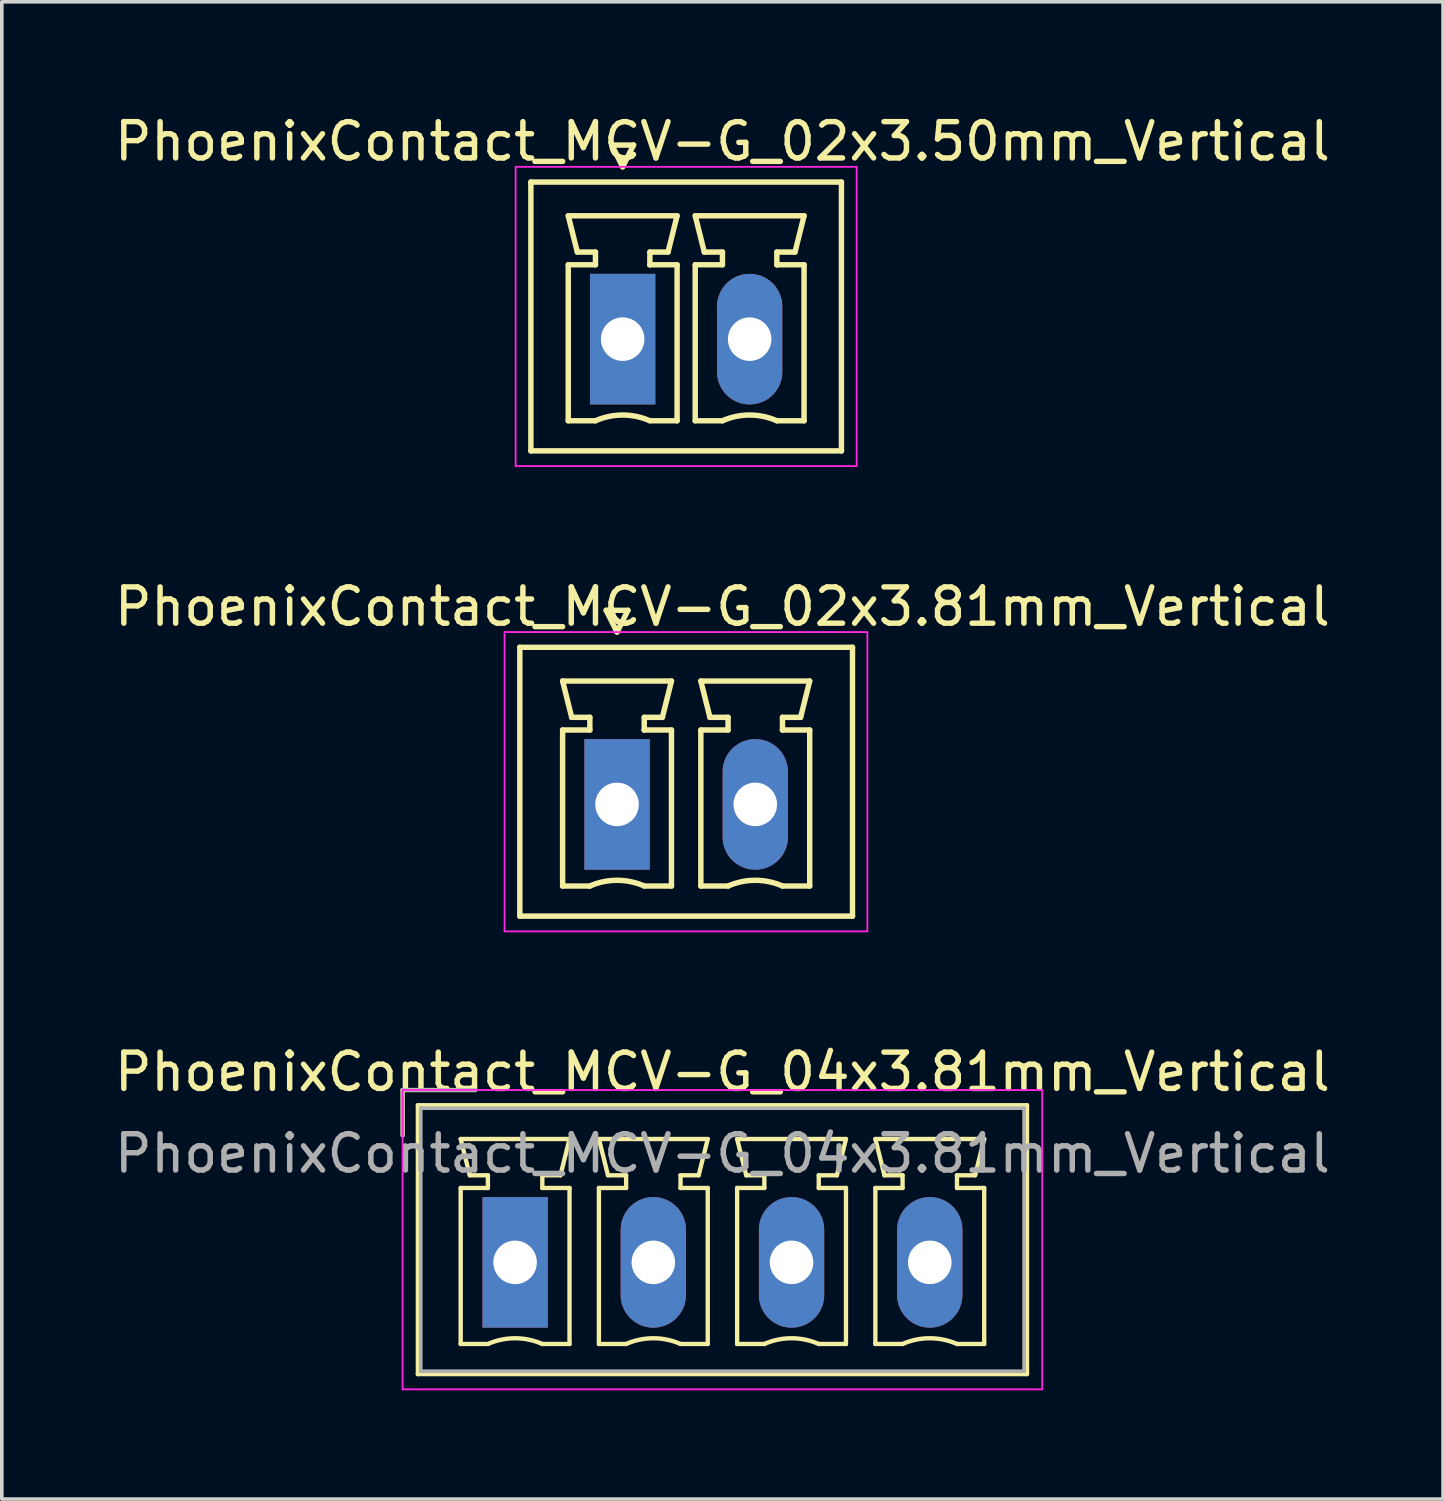
<source format=kicad_pcb>
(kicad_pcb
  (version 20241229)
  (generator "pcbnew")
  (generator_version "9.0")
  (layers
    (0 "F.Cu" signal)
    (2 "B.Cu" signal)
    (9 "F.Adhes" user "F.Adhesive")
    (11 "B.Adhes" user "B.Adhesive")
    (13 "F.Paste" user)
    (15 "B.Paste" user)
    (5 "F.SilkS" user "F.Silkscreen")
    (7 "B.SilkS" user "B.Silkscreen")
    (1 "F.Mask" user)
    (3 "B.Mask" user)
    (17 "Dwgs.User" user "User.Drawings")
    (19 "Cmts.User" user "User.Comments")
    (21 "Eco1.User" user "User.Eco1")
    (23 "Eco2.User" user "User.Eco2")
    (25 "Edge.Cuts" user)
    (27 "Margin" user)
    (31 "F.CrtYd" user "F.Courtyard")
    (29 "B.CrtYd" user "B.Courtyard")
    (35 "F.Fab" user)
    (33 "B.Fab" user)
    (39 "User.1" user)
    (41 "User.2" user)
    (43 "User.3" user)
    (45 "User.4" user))
  (footprint "PhoenixContact_MCV-G_02x3.81mm_Vertical"
    (layer "F.Cu")
    (at 13.958 19.122)
    (property "Reference" "PhoenixContact_MCV-G_02x3.81mm_Vertical" (at 2.905 -5.45 0) (layer "F.SilkS") (effects (font (size 1 1) (thickness 0.15))))
    (attr through_hole)
    (fp_line (start -2.68 -4.33) (end -2.68 3.08) (stroke (width 0.15) (type solid)) (layer "F.SilkS"))
    (fp_line (start -2.68 3.08) (end 6.49 3.08) (stroke (width 0.15) (type solid)) (layer "F.SilkS"))
    (fp_line (start -1.5 -3.4) (end 1.5 -3.4) (stroke (width 0.15) (type solid)) (layer "F.SilkS"))
    (fp_line (start -1.5 -2.05) (end -0.75 -2.05) (stroke (width 0.15) (type solid)) (layer "F.SilkS"))
    (fp_line (start -1.5 2.25) (end -1.5 -2.05) (stroke (width 0.15) (type solid)) (layer "F.SilkS"))
    (fp_line (start -1.25 -2.4) (end -1.5 -3.4) (stroke (width 0.15) (type solid)) (layer "F.SilkS"))
    (fp_line (start -0.75 -2.4) (end -1.25 -2.4) (stroke (width 0.15) (type solid)) (layer "F.SilkS"))
    (fp_line (start -0.75 -2.05) (end -0.75 -2.4) (stroke (width 0.15) (type solid)) (layer "F.SilkS"))
    (fp_line (start -0.75 2.25) (end -1.5 2.25) (stroke (width 0.15) (type solid)) (layer "F.SilkS"))
    (fp_line (start -0.3 -5.35) (end 0 -4.75) (stroke (width 0.15) (type solid)) (layer "F.SilkS"))
    (fp_line (start 0 -4.75) (end 0.3 -5.35) (stroke (width 0.15) (type solid)) (layer "F.SilkS"))
    (fp_line (start 0.3 -5.35) (end -0.3 -5.35) (stroke (width 0.15) (type solid)) (layer "F.SilkS"))
    (fp_line (start 0.75 -2.4) (end 0.75 -2.05) (stroke (width 0.15) (type solid)) (layer "F.SilkS"))
    (fp_line (start 0.75 -2.05) (end 0.75 -2.05) (stroke (width 0.15) (type solid)) (layer "F.SilkS"))
    (fp_line (start 0.75 -2.05) (end 1.5 -2.05) (stroke (width 0.15) (type solid)) (layer "F.SilkS"))
    (fp_line (start 1.25 -2.4) (end 0.75 -2.4) (stroke (width 0.15) (type solid)) (layer "F.SilkS"))
    (fp_line (start 1.5 -3.4) (end 1.25 -2.4) (stroke (width 0.15) (type solid)) (layer "F.SilkS"))
    (fp_line (start 1.5 -2.05) (end 1.5 2.25) (stroke (width 0.15) (type solid)) (layer "F.SilkS"))
    (fp_line (start 1.5 2.25) (end 0.75 2.25) (stroke (width 0.15) (type solid)) (layer "F.SilkS"))
    (fp_line (start 2.31 -3.4) (end 5.31 -3.4) (stroke (width 0.15) (type solid)) (layer "F.SilkS"))
    (fp_line (start 2.31 -2.05) (end 3.06 -2.05) (stroke (width 0.15) (type solid)) (layer "F.SilkS"))
    (fp_line (start 2.31 2.25) (end 2.31 -2.05) (stroke (width 0.15) (type solid)) (layer "F.SilkS"))
    (fp_line (start 2.56 -2.4) (end 2.31 -3.4) (stroke (width 0.15) (type solid)) (layer "F.SilkS"))
    (fp_line (start 3.06 -2.4) (end 2.56 -2.4) (stroke (width 0.15) (type solid)) (layer "F.SilkS"))
    (fp_line (start 3.06 -2.05) (end 3.06 -2.4) (stroke (width 0.15) (type solid)) (layer "F.SilkS"))
    (fp_line (start 3.06 2.25) (end 2.31 2.25) (stroke (width 0.15) (type solid)) (layer "F.SilkS"))
    (fp_line (start 4.56 -2.4) (end 4.56 -2.05) (stroke (width 0.15) (type solid)) (layer "F.SilkS"))
    (fp_line (start 4.56 -2.05) (end 4.56 -2.05) (stroke (width 0.15) (type solid)) (layer "F.SilkS"))
    (fp_line (start 4.56 -2.05) (end 5.31 -2.05) (stroke (width 0.15) (type solid)) (layer "F.SilkS"))
    (fp_line (start 5.06 -2.4) (end 4.56 -2.4) (stroke (width 0.15) (type solid)) (layer "F.SilkS"))
    (fp_line (start 5.31 -3.4) (end 5.06 -2.4) (stroke (width 0.15) (type solid)) (layer "F.SilkS"))
    (fp_line (start 5.31 -2.05) (end 5.31 2.25) (stroke (width 0.15) (type solid)) (layer "F.SilkS"))
    (fp_line (start 5.31 2.25) (end 4.56 2.25) (stroke (width 0.15) (type solid)) (layer "F.SilkS"))
    (fp_line (start 6.49 -4.33) (end -2.68 -4.33) (stroke (width 0.15) (type solid)) (layer "F.SilkS"))
    (fp_line (start 6.49 3.08) (end 6.49 -4.33) (stroke (width 0.15) (type solid)) (layer "F.SilkS"))
    (fp_arc (start -0.75 2.25) (mid -0.000193 2.09191) (end 0.749647 2.249844) (stroke (width 0.15) (type solid)) (layer "F.SilkS"))
    (fp_arc (start 3.06 2.25) (mid 3.809807 2.09191) (end 4.559647 2.249844) (stroke (width 0.15) (type solid)) (layer "F.SilkS"))
    (fp_line (start -3.1 -4.75) (end -3.1 3.5) (stroke (width 0.05) (type solid)) (layer "F.CrtYd"))
    (fp_line (start -3.1 3.5) (end 6.9 3.5) (stroke (width 0.05) (type solid)) (layer "F.CrtYd"))
    (fp_line (start 6.9 -4.75) (end -3.1 -4.75) (stroke (width 0.05) (type solid)) (layer "F.CrtYd"))
    (fp_line (start 6.9 3.5) (end 6.9 -4.75) (stroke (width 0.05) (type solid)) (layer "F.CrtYd"))
    (pad "1" thru_hole rect (at 0 0) (size 1.8 3.6) (drill 1.2) (layers "*.Cu" "*.Mask"))
    (pad "2" thru_hole oval (at 3.81 0) (size 1.8 3.6) (drill 1.2) (layers "*.Cu" "*.Mask")))
  (footprint "PhoenixContact_MCV-G_04x3.81mm_Vertical"
    (layer "F.Cu")
    (at 11.148 31.745)
    (property "Reference" "PhoenixContact_MCV-G_04x3.81mm_Vertical" (at 5.715 -5.25 0) (layer "F.SilkS") (effects (font (size 1 1) (thickness 0.15))))
    (attr through_hole)
    (fp_line (start -3.1 -4.75) (end -1.1 -4.75) (stroke (width 0.12) (type solid)) (layer "F.SilkS"))
    (fp_line (start -3.1 -3.5) (end -3.1 -4.75) (stroke (width 0.12) (type solid)) (layer "F.SilkS"))
    (fp_line (start -2.68 -4.33) (end -2.68 3.08) (stroke (width 0.12) (type solid)) (layer "F.SilkS"))
    (fp_line (start -2.68 3.08) (end 14.11 3.08) (stroke (width 0.12) (type solid)) (layer "F.SilkS"))
    (fp_line (start -1.5 -3.4) (end 1.5 -3.4) (stroke (width 0.12) (type solid)) (layer "F.SilkS"))
    (fp_line (start -1.5 -2.05) (end -0.75 -2.05) (stroke (width 0.12) (type solid)) (layer "F.SilkS"))
    (fp_line (start -1.5 2.25) (end -1.5 -2.05) (stroke (width 0.12) (type solid)) (layer "F.SilkS"))
    (fp_line (start -1.25 -2.4) (end -1.5 -3.4) (stroke (width 0.12) (type solid)) (layer "F.SilkS"))
    (fp_line (start -0.75 -2.4) (end -1.25 -2.4) (stroke (width 0.12) (type solid)) (layer "F.SilkS"))
    (fp_line (start -0.75 -2.05) (end -0.75 -2.4) (stroke (width 0.12) (type solid)) (layer "F.SilkS"))
    (fp_line (start -0.75 2.25) (end -1.5 2.25) (stroke (width 0.12) (type solid)) (layer "F.SilkS"))
    (fp_line (start 0.75 -2.4) (end 0.75 -2.05) (stroke (width 0.12) (type solid)) (layer "F.SilkS"))
    (fp_line (start 0.75 -2.05) (end 1.5 -2.05) (stroke (width 0.12) (type solid)) (layer "F.SilkS"))
    (fp_line (start 1.25 -2.4) (end 0.75 -2.4) (stroke (width 0.12) (type solid)) (layer "F.SilkS"))
    (fp_line (start 1.5 -3.4) (end 1.25 -2.4) (stroke (width 0.12) (type solid)) (layer "F.SilkS"))
    (fp_line (start 1.5 -2.05) (end 1.5 2.25) (stroke (width 0.12) (type solid)) (layer "F.SilkS"))
    (fp_line (start 1.5 2.25) (end 0.75 2.25) (stroke (width 0.12) (type solid)) (layer "F.SilkS"))
    (fp_line (start 2.31 -3.4) (end 5.31 -3.4) (stroke (width 0.12) (type solid)) (layer "F.SilkS"))
    (fp_line (start 2.31 -2.05) (end 3.06 -2.05) (stroke (width 0.12) (type solid)) (layer "F.SilkS"))
    (fp_line (start 2.31 2.25) (end 2.31 -2.05) (stroke (width 0.12) (type solid)) (layer "F.SilkS"))
    (fp_line (start 2.56 -2.4) (end 2.31 -3.4) (stroke (width 0.12) (type solid)) (layer "F.SilkS"))
    (fp_line (start 3.06 -2.4) (end 2.56 -2.4) (stroke (width 0.12) (type solid)) (layer "F.SilkS"))
    (fp_line (start 3.06 -2.05) (end 3.06 -2.4) (stroke (width 0.12) (type solid)) (layer "F.SilkS"))
    (fp_line (start 3.06 2.25) (end 2.31 2.25) (stroke (width 0.12) (type solid)) (layer "F.SilkS"))
    (fp_line (start 4.56 -2.4) (end 4.56 -2.05) (stroke (width 0.12) (type solid)) (layer "F.SilkS"))
    (fp_line (start 4.56 -2.05) (end 5.31 -2.05) (stroke (width 0.12) (type solid)) (layer "F.SilkS"))
    (fp_line (start 5.06 -2.4) (end 4.56 -2.4) (stroke (width 0.12) (type solid)) (layer "F.SilkS"))
    (fp_line (start 5.31 -3.4) (end 5.06 -2.4) (stroke (width 0.12) (type solid)) (layer "F.SilkS"))
    (fp_line (start 5.31 -2.05) (end 5.31 2.25) (stroke (width 0.12) (type solid)) (layer "F.SilkS"))
    (fp_line (start 5.31 2.25) (end 4.56 2.25) (stroke (width 0.12) (type solid)) (layer "F.SilkS"))
    (fp_line (start 6.12 -3.4) (end 9.12 -3.4) (stroke (width 0.12) (type solid)) (layer "F.SilkS"))
    (fp_line (start 6.12 -2.05) (end 6.87 -2.05) (stroke (width 0.12) (type solid)) (layer "F.SilkS"))
    (fp_line (start 6.12 2.25) (end 6.12 -2.05) (stroke (width 0.12) (type solid)) (layer "F.SilkS"))
    (fp_line (start 6.37 -2.4) (end 6.12 -3.4) (stroke (width 0.12) (type solid)) (layer "F.SilkS"))
    (fp_line (start 6.87 -2.4) (end 6.37 -2.4) (stroke (width 0.12) (type solid)) (layer "F.SilkS"))
    (fp_line (start 6.87 -2.05) (end 6.87 -2.4) (stroke (width 0.12) (type solid)) (layer "F.SilkS"))
    (fp_line (start 6.87 2.25) (end 6.12 2.25) (stroke (width 0.12) (type solid)) (layer "F.SilkS"))
    (fp_line (start 8.37 -2.4) (end 8.37 -2.05) (stroke (width 0.12) (type solid)) (layer "F.SilkS"))
    (fp_line (start 8.37 -2.05) (end 9.12 -2.05) (stroke (width 0.12) (type solid)) (layer "F.SilkS"))
    (fp_line (start 8.87 -2.4) (end 8.37 -2.4) (stroke (width 0.12) (type solid)) (layer "F.SilkS"))
    (fp_line (start 9.12 -3.4) (end 8.87 -2.4) (stroke (width 0.12) (type solid)) (layer "F.SilkS"))
    (fp_line (start 9.12 -2.05) (end 9.12 2.25) (stroke (width 0.12) (type solid)) (layer "F.SilkS"))
    (fp_line (start 9.12 2.25) (end 8.37 2.25) (stroke (width 0.12) (type solid)) (layer "F.SilkS"))
    (fp_line (start 9.93 -3.4) (end 12.93 -3.4) (stroke (width 0.12) (type solid)) (layer "F.SilkS"))
    (fp_line (start 9.93 -2.05) (end 10.68 -2.05) (stroke (width 0.12) (type solid)) (layer "F.SilkS"))
    (fp_line (start 9.93 2.25) (end 9.93 -2.05) (stroke (width 0.12) (type solid)) (layer "F.SilkS"))
    (fp_line (start 10.18 -2.4) (end 9.93 -3.4) (stroke (width 0.12) (type solid)) (layer "F.SilkS"))
    (fp_line (start 10.68 -2.4) (end 10.18 -2.4) (stroke (width 0.12) (type solid)) (layer "F.SilkS"))
    (fp_line (start 10.68 -2.05) (end 10.68 -2.4) (stroke (width 0.12) (type solid)) (layer "F.SilkS"))
    (fp_line (start 10.68 2.25) (end 9.93 2.25) (stroke (width 0.12) (type solid)) (layer "F.SilkS"))
    (fp_line (start 12.18 -2.4) (end 12.18 -2.05) (stroke (width 0.12) (type solid)) (layer "F.SilkS"))
    (fp_line (start 12.18 -2.05) (end 12.93 -2.05) (stroke (width 0.12) (type solid)) (layer "F.SilkS"))
    (fp_line (start 12.68 -2.4) (end 12.18 -2.4) (stroke (width 0.12) (type solid)) (layer "F.SilkS"))
    (fp_line (start 12.93 -3.4) (end 12.68 -2.4) (stroke (width 0.12) (type solid)) (layer "F.SilkS"))
    (fp_line (start 12.93 -2.05) (end 12.93 2.25) (stroke (width 0.12) (type solid)) (layer "F.SilkS"))
    (fp_line (start 12.93 2.25) (end 12.18 2.25) (stroke (width 0.12) (type solid)) (layer "F.SilkS"))
    (fp_line (start 14.11 -4.33) (end -2.68 -4.33) (stroke (width 0.12) (type solid)) (layer "F.SilkS"))
    (fp_line (start 14.11 3.08) (end 14.11 -4.33) (stroke (width 0.12) (type solid)) (layer "F.SilkS"))
    (fp_arc (start -0.75 2.25) (mid -0.000193 2.09191) (end 0.749647 2.249844) (stroke (width 0.12) (type solid)) (layer "F.SilkS"))
    (fp_arc (start 3.06 2.25) (mid 3.809807 2.09191) (end 4.559647 2.249844) (stroke (width 0.12) (type solid)) (layer "F.SilkS"))
    (fp_arc (start 6.87 2.25) (mid 7.619807 2.09191) (end 8.369647 2.249844) (stroke (width 0.12) (type solid)) (layer "F.SilkS"))
    (fp_arc (start 10.68 2.25) (mid 11.429807 2.09191) (end 12.179647 2.249844) (stroke (width 0.12) (type solid)) (layer "F.SilkS"))
    (fp_line (start -3.1 -4.75) (end -3.1 3.5) (stroke (width 0.05) (type solid)) (layer "F.CrtYd"))
    (fp_line (start -3.1 3.5) (end 14.53 3.5) (stroke (width 0.05) (type solid)) (layer "F.CrtYd"))
    (fp_line (start 14.53 -4.75) (end -3.1 -4.75) (stroke (width 0.05) (type solid)) (layer "F.CrtYd"))
    (fp_line (start 14.53 3.5) (end 14.53 -4.75) (stroke (width 0.05) (type solid)) (layer "F.CrtYd"))
    (fp_line (start -3.1 -4.75) (end -1.1 -4.75) (stroke (width 0.1) (type solid)) (layer "F.Fab"))
    (fp_line (start -3.1 -3.5) (end -3.1 -4.75) (stroke (width 0.1) (type solid)) (layer "F.Fab"))
    (fp_line (start -2.6 -4.25) (end -2.6 3) (stroke (width 0.1) (type solid)) (layer "F.Fab"))
    (fp_line (start -2.6 3) (end 14.03 3) (stroke (width 0.1) (type solid)) (layer "F.Fab"))
    (fp_line (start 14.03 -4.25) (end -2.6 -4.25) (stroke (width 0.1) (type solid)) (layer "F.Fab"))
    (fp_line (start 14.03 3) (end 14.03 -4.25) (stroke (width 0.1) (type solid)) (layer "F.Fab"))
    (fp_text user "${REFERENCE}" (at 5.715 -3 0) (layer "F.Fab") (effects (font (size 1 1) (thickness 0.15))))
    (pad "1" thru_hole rect (at 0 0) (size 1.8 3.6) (drill 1.2) (layers "*.Cu" "*.Mask"))
    (pad "2" thru_hole oval (at 3.81 0) (size 1.8 3.6) (drill 1.2) (layers "*.Cu" "*.Mask"))
    (pad "3" thru_hole oval (at 7.62 0) (size 1.8 3.6) (drill 1.2) (layers "*.Cu" "*.Mask"))
    (pad "4" thru_hole oval (at 11.43 0) (size 1.8 3.6) (drill 1.2) (layers "*.Cu" "*.Mask")))
  (footprint "PhoenixContact_MCV-G_02x3.50mm_Vertical"
    (layer "F.Cu")
    (at 14.113 6.298)
    (property "Reference" "PhoenixContact_MCV-G_02x3.50mm_Vertical" (at 2.75 -5.45 0) (layer "F.SilkS") (effects (font (size 1 1) (thickness 0.15))))
    (attr through_hole)
    (fp_line (start -2.53 -4.33) (end -2.53 3.08) (stroke (width 0.15) (type solid)) (layer "F.SilkS"))
    (fp_line (start -2.53 3.08) (end 6.03 3.08) (stroke (width 0.15) (type solid)) (layer "F.SilkS"))
    (fp_line (start -1.5 -3.4) (end 1.5 -3.4) (stroke (width 0.15) (type solid)) (layer "F.SilkS"))
    (fp_line (start -1.5 -2.05) (end -0.75 -2.05) (stroke (width 0.15) (type solid)) (layer "F.SilkS"))
    (fp_line (start -1.5 2.25) (end -1.5 -2.05) (stroke (width 0.15) (type solid)) (layer "F.SilkS"))
    (fp_line (start -1.25 -2.4) (end -1.5 -3.4) (stroke (width 0.15) (type solid)) (layer "F.SilkS"))
    (fp_line (start -0.75 -2.4) (end -1.25 -2.4) (stroke (width 0.15) (type solid)) (layer "F.SilkS"))
    (fp_line (start -0.75 -2.05) (end -0.75 -2.4) (stroke (width 0.15) (type solid)) (layer "F.SilkS"))
    (fp_line (start -0.75 2.25) (end -1.5 2.25) (stroke (width 0.15) (type solid)) (layer "F.SilkS"))
    (fp_line (start -0.3 -5.35) (end 0 -4.75) (stroke (width 0.15) (type solid)) (layer "F.SilkS"))
    (fp_line (start 0 -4.75) (end 0.3 -5.35) (stroke (width 0.15) (type solid)) (layer "F.SilkS"))
    (fp_line (start 0.3 -5.35) (end -0.3 -5.35) (stroke (width 0.15) (type solid)) (layer "F.SilkS"))
    (fp_line (start 0.75 -2.4) (end 0.75 -2.05) (stroke (width 0.15) (type solid)) (layer "F.SilkS"))
    (fp_line (start 0.75 -2.05) (end 0.75 -2.05) (stroke (width 0.15) (type solid)) (layer "F.SilkS"))
    (fp_line (start 0.75 -2.05) (end 1.5 -2.05) (stroke (width 0.15) (type solid)) (layer "F.SilkS"))
    (fp_line (start 1.25 -2.4) (end 0.75 -2.4) (stroke (width 0.15) (type solid)) (layer "F.SilkS"))
    (fp_line (start 1.5 -3.4) (end 1.25 -2.4) (stroke (width 0.15) (type solid)) (layer "F.SilkS"))
    (fp_line (start 1.5 -2.05) (end 1.5 2.25) (stroke (width 0.15) (type solid)) (layer "F.SilkS"))
    (fp_line (start 1.5 2.25) (end 0.75 2.25) (stroke (width 0.15) (type solid)) (layer "F.SilkS"))
    (fp_line (start 2 -3.4) (end 5 -3.4) (stroke (width 0.15) (type solid)) (layer "F.SilkS"))
    (fp_line (start 2 -2.05) (end 2.75 -2.05) (stroke (width 0.15) (type solid)) (layer "F.SilkS"))
    (fp_line (start 2 2.25) (end 2 -2.05) (stroke (width 0.15) (type solid)) (layer "F.SilkS"))
    (fp_line (start 2.25 -2.4) (end 2 -3.4) (stroke (width 0.15) (type solid)) (layer "F.SilkS"))
    (fp_line (start 2.75 -2.4) (end 2.25 -2.4) (stroke (width 0.15) (type solid)) (layer "F.SilkS"))
    (fp_line (start 2.75 -2.05) (end 2.75 -2.4) (stroke (width 0.15) (type solid)) (layer "F.SilkS"))
    (fp_line (start 2.75 2.25) (end 2 2.25) (stroke (width 0.15) (type solid)) (layer "F.SilkS"))
    (fp_line (start 4.25 -2.4) (end 4.25 -2.05) (stroke (width 0.15) (type solid)) (layer "F.SilkS"))
    (fp_line (start 4.25 -2.05) (end 4.25 -2.05) (stroke (width 0.15) (type solid)) (layer "F.SilkS"))
    (fp_line (start 4.25 -2.05) (end 5 -2.05) (stroke (width 0.15) (type solid)) (layer "F.SilkS"))
    (fp_line (start 4.75 -2.4) (end 4.25 -2.4) (stroke (width 0.15) (type solid)) (layer "F.SilkS"))
    (fp_line (start 5 -3.4) (end 4.75 -2.4) (stroke (width 0.15) (type solid)) (layer "F.SilkS"))
    (fp_line (start 5 -2.05) (end 5 2.25) (stroke (width 0.15) (type solid)) (layer "F.SilkS"))
    (fp_line (start 5 2.25) (end 4.25 2.25) (stroke (width 0.15) (type solid)) (layer "F.SilkS"))
    (fp_line (start 6.03 -4.33) (end -2.53 -4.33) (stroke (width 0.15) (type solid)) (layer "F.SilkS"))
    (fp_line (start 6.03 3.08) (end 6.03 -4.33) (stroke (width 0.15) (type solid)) (layer "F.SilkS"))
    (fp_arc (start -0.75 2.25) (mid -0.000193 2.09191) (end 0.749647 2.249844) (stroke (width 0.15) (type solid)) (layer "F.SilkS"))
    (fp_arc (start 2.75 2.25) (mid 3.499807 2.09191) (end 4.249647 2.249844) (stroke (width 0.15) (type solid)) (layer "F.SilkS"))
    (fp_line (start -2.95 -4.75) (end -2.95 3.5) (stroke (width 0.05) (type solid)) (layer "F.CrtYd"))
    (fp_line (start -2.95 3.5) (end 6.45 3.5) (stroke (width 0.05) (type solid)) (layer "F.CrtYd"))
    (fp_line (start 6.45 -4.75) (end -2.95 -4.75) (stroke (width 0.05) (type solid)) (layer "F.CrtYd"))
    (fp_line (start 6.45 3.5) (end 6.45 -4.75) (stroke (width 0.05) (type solid)) (layer "F.CrtYd"))
    (pad "1" thru_hole rect (at 0 0) (size 1.8 3.6) (drill 1.2) (layers "*.Cu" "*.Mask"))
    (pad "2" thru_hole oval (at 3.5 0) (size 1.8 3.6) (drill 1.2) (layers "*.Cu" "*.Mask")))
  (gr_rect
    (start -3 -3)
    (end 36.726 38.27)
    (stroke (width 0.1) (type default))
    (fill no)
    (layer "Edge.Cuts")))
</source>
